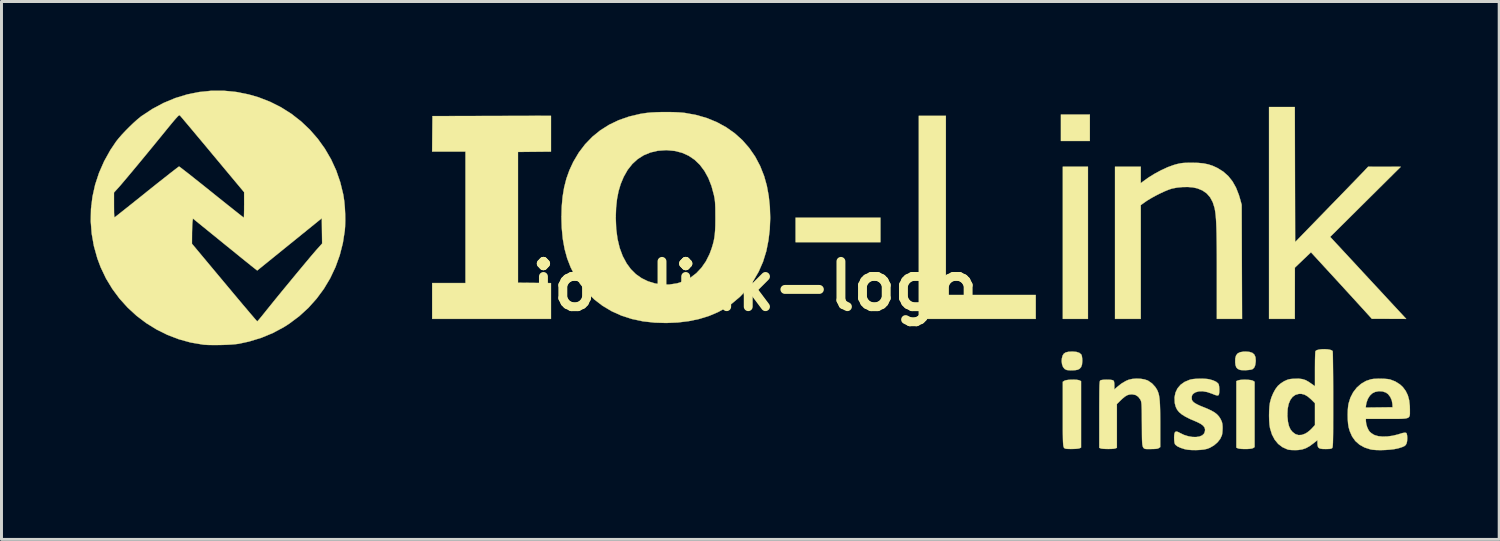
<source format=kicad_pcb>
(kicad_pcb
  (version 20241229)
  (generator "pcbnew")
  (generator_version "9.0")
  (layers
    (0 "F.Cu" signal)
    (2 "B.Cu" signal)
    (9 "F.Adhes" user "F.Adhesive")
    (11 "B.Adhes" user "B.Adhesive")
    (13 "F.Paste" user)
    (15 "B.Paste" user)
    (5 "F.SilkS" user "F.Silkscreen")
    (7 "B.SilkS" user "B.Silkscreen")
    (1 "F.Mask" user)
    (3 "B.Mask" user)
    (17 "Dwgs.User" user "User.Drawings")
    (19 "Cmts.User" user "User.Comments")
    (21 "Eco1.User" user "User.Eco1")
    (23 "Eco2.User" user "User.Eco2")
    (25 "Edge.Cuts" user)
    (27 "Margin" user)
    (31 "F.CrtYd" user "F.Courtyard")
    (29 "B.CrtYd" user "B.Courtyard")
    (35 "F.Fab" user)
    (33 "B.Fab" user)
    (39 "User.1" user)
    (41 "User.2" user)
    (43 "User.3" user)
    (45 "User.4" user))
  (footprint "io-link-logo"
    (layer "F.Cu")
    (at 22.356 6.584)
    (property "Reference" "io-link-logo" (at 0 0 0) (layer "F.SilkS") (effects (font (size 1.524 1.524) (thickness 0.3))))
    (attr through_hole)
    (fp_poly (pts (xy 4.233 -1.482) (xy 1.376 -1.482) (xy 1.376 -2.307) (xy 4.233 -2.307) (xy 4.233 -1.482)) (stroke (width 0.01) (type solid)) (fill yes) (layer "F.SilkS"))
    (fp_poly (pts (xy 11.218 1.101) (xy 10.372 1.101) (xy 10.372 -4.022) (xy 11.218 -4.022) (xy 11.218 1.101)) (stroke (width 0.01) (type solid)) (fill yes) (layer "F.SilkS"))
    (fp_poly (pts (xy 11.282 -4.889) (xy 10.308 -4.889) (xy 10.308 -5.779) (xy 11.282 -5.779) (xy 11.282 -4.889)) (stroke (width 0.01) (type solid)) (fill yes) (layer "F.SilkS"))
    (fp_poly (pts (xy 6.435 0.296) (xy 9.461 0.296) (xy 9.461 1.101) (xy 5.524 1.101) (xy 5.524 -5.736) (xy 6.435 -5.736) (xy 6.435 0.296)) (stroke (width 0.01) (type solid)) (fill yes) (layer "F.SilkS"))
    (fp_poly (pts (xy -6.858 -4.53) (xy -7.969 -4.519) (xy -7.969 -0.116) (xy -6.858 -0.105) (xy -6.858 1.101) (xy -10.858 1.101) (xy -10.858 -0.106) (xy -9.737 -0.106) (xy -9.737 -4.53) (xy -10.859 -4.53) (xy -10.854 -5.128) (xy -10.848 -5.726) (xy -8.853 -5.731) (xy -6.858 -5.736) (xy -6.858 -4.53)) (stroke (width 0.01) (type solid)) (fill yes) (layer "F.SilkS"))
    (fp_poly (pts (xy 16.617 3.152) (xy 16.702 3.162) (xy 16.762 3.177) (xy 16.774 3.183) (xy 16.828 3.218) (xy 16.828 5.416) (xy 16.78 5.449) (xy 16.737 5.464) (xy 16.663 5.475) (xy 16.571 5.481) (xy 16.472 5.481) (xy 16.379 5.477) (xy 16.303 5.468) (xy 16.261 5.456) (xy 16.214 5.433) (xy 16.214 3.195) (xy 16.272 3.172) (xy 16.333 3.157) (xy 16.42 3.149) (xy 16.518 3.147) (xy 16.617 3.152)) (stroke (width 0.01) (type solid)) (fill yes) (layer "F.SilkS"))
    (fp_poly (pts (xy 10.829 2.212) (xy 10.928 2.244) (xy 10.991 2.297) (xy 11.004 2.32) (xy 11.016 2.368) (xy 11.025 2.442) (xy 11.028 2.515) (xy 11.018 2.637) (xy 10.986 2.725) (xy 10.932 2.784) (xy 10.865 2.814) (xy 10.788 2.827) (xy 10.689 2.833) (xy 10.588 2.831) (xy 10.506 2.822) (xy 10.435 2.788) (xy 10.38 2.721) (xy 10.346 2.629) (xy 10.333 2.519) (xy 10.341 2.428) (xy 10.365 2.336) (xy 10.406 2.272) (xy 10.47 2.23) (xy 10.562 2.208) (xy 10.688 2.201) (xy 10.694 2.201) (xy 10.829 2.212)) (stroke (width 0.01) (type solid)) (fill yes) (layer "F.SilkS"))
    (fp_poly (pts (xy 16.654 2.212) (xy 16.754 2.245) (xy 16.82 2.303) (xy 16.857 2.388) (xy 16.867 2.504) (xy 16.864 2.552) (xy 16.849 2.657) (xy 16.821 2.731) (xy 16.775 2.781) (xy 16.758 2.793) (xy 16.711 2.809) (xy 16.635 2.82) (xy 16.545 2.827) (xy 16.453 2.828) (xy 16.373 2.824) (xy 16.328 2.815) (xy 16.258 2.782) (xy 16.212 2.732) (xy 16.185 2.655) (xy 16.175 2.564) (xy 16.177 2.432) (xy 16.204 2.333) (xy 16.257 2.264) (xy 16.341 2.222) (xy 16.458 2.203) (xy 16.521 2.201) (xy 16.654 2.212)) (stroke (width 0.01) (type solid)) (fill yes) (layer "F.SilkS"))
    (fp_poly (pts (xy 10.84 3.151) (xy 10.911 3.163) (xy 10.939 3.173) (xy 10.986 3.198) (xy 10.986 5.433) (xy 10.932 5.458) (xy 10.888 5.467) (xy 10.815 5.475) (xy 10.726 5.479) (xy 10.631 5.48) (xy 10.545 5.478) (xy 10.48 5.473) (xy 10.456 5.467) (xy 10.438 5.46) (xy 10.422 5.45) (xy 10.409 5.434) (xy 10.399 5.408) (xy 10.39 5.369) (xy 10.384 5.314) (xy 10.379 5.239) (xy 10.376 5.141) (xy 10.374 5.016) (xy 10.372 4.861) (xy 10.372 4.672) (xy 10.372 4.446) (xy 10.372 4.304) (xy 10.372 3.218) (xy 10.426 3.183) (xy 10.475 3.166) (xy 10.553 3.154) (xy 10.648 3.147) (xy 10.748 3.146) (xy 10.84 3.151)) (stroke (width 0.01) (type solid)) (fill yes) (layer "F.SilkS"))
    (fp_poly (pts (xy 18.187 -3.759) (xy 18.193 -1.485) (xy 19.241 -2.563) (xy 19.419 -2.747) (xy 19.594 -2.926) (xy 19.761 -3.099) (xy 19.918 -3.26) (xy 20.061 -3.408) (xy 20.189 -3.54) (xy 20.297 -3.652) (xy 20.384 -3.742) (xy 20.446 -3.806) (xy 20.47 -3.831) (xy 20.651 -4.022) (xy 21.2 -4.021) (xy 21.749 -4.02) (xy 20.56 -2.84) (xy 19.372 -1.66) (xy 20.304 -0.656) (xy 20.477 -0.468) (xy 20.652 -0.28) (xy 20.823 -0.095) (xy 20.989 0.083) (xy 21.144 0.25) (xy 21.285 0.403) (xy 21.408 0.536) (xy 21.51 0.646) (xy 21.584 0.725) (xy 21.932 1.101) (xy 21.354 1.099) (xy 20.775 1.097) (xy 20.415 0.701) (xy 20.322 0.599) (xy 20.205 0.471) (xy 20.07 0.323) (xy 19.922 0.162) (xy 19.767 -0.008) (xy 19.609 -0.18) (xy 19.454 -0.349) (xy 19.391 -0.417) (xy 18.726 -1.141) (xy 18.455 -0.883) (xy 18.184 -0.624) (xy 18.183 0.238) (xy 18.182 1.101) (xy 17.314 1.101) (xy 17.314 -6.032) (xy 18.182 -6.032) (xy 18.187 -3.759)) (stroke (width 0.01) (type solid)) (fill yes) (layer "F.SilkS"))
    (fp_poly (pts (xy 14.924 -4.151) (xy 15.106 -4.134) (xy 15.268 -4.101) (xy 15.418 -4.052) (xy 15.568 -3.983) (xy 15.577 -3.979) (xy 15.773 -3.857) (xy 15.942 -3.707) (xy 16.084 -3.528) (xy 16.203 -3.317) (xy 16.299 -3.072) (xy 16.335 -2.951) (xy 16.393 -2.741) (xy 16.399 -0.82) (xy 16.406 1.101) (xy 15.557 1.101) (xy 15.557 -0.397) (xy 15.557 -0.745) (xy 15.556 -1.054) (xy 15.554 -1.326) (xy 15.551 -1.564) (xy 15.548 -1.772) (xy 15.543 -1.952) (xy 15.537 -2.107) (xy 15.53 -2.239) (xy 15.521 -2.353) (xy 15.511 -2.45) (xy 15.499 -2.533) (xy 15.486 -2.606) (xy 15.481 -2.632) (xy 15.419 -2.828) (xy 15.331 -2.991) (xy 15.216 -3.123) (xy 15.072 -3.223) (xy 14.9 -3.293) (xy 14.753 -3.325) (xy 14.588 -3.339) (xy 14.403 -3.337) (xy 14.217 -3.319) (xy 14.049 -3.286) (xy 14.034 -3.282) (xy 13.925 -3.245) (xy 13.792 -3.19) (xy 13.644 -3.121) (xy 13.494 -3.045) (xy 13.35 -2.965) (xy 13.223 -2.889) (xy 13.16 -2.846) (xy 12.996 -2.729) (xy 12.996 1.101) (xy 12.129 1.101) (xy 12.129 -4.022) (xy 12.996 -4.022) (xy 12.996 -3.468) (xy 13.055 -3.513) (xy 13.25 -3.654) (xy 13.463 -3.786) (xy 13.682 -3.904) (xy 13.898 -4.004) (xy 14.101 -4.078) (xy 14.175 -4.1) (xy 14.264 -4.122) (xy 14.344 -4.138) (xy 14.425 -4.148) (xy 14.52 -4.153) (xy 14.64 -4.156) (xy 14.711 -4.156) (xy 14.924 -4.151)) (stroke (width 0.01) (type solid)) (fill yes) (layer "F.SilkS"))
    (fp_poly (pts (xy 12.988 3.116) (xy 13.12 3.138) (xy 13.229 3.174) (xy 13.24 3.18) (xy 13.373 3.271) (xy 13.484 3.391) (xy 13.547 3.491) (xy 13.572 3.548) (xy 13.594 3.61) (xy 13.611 3.681) (xy 13.624 3.767) (xy 13.635 3.871) (xy 13.642 3.997) (xy 13.647 4.151) (xy 13.65 4.337) (xy 13.652 4.558) (xy 13.652 4.661) (xy 13.652 5.416) (xy 13.605 5.449) (xy 13.568 5.466) (xy 13.509 5.476) (xy 13.421 5.481) (xy 13.343 5.482) (xy 13.266 5.483) (xy 13.204 5.483) (xy 13.154 5.479) (xy 13.115 5.467) (xy 13.086 5.442) (xy 13.065 5.401) (xy 13.051 5.34) (xy 13.043 5.255) (xy 13.038 5.142) (xy 13.036 4.998) (xy 13.035 4.818) (xy 13.034 4.657) (xy 13.032 4.458) (xy 13.031 4.298) (xy 13.029 4.17) (xy 13.026 4.071) (xy 13.023 3.996) (xy 13.018 3.94) (xy 13.012 3.899) (xy 13.004 3.868) (xy 12.994 3.842) (xy 12.981 3.817) (xy 12.98 3.814) (xy 12.909 3.72) (xy 12.819 3.662) (xy 12.707 3.641) (xy 12.694 3.641) (xy 12.612 3.648) (xy 12.538 3.671) (xy 12.462 3.717) (xy 12.376 3.789) (xy 12.324 3.838) (xy 12.192 3.968) (xy 12.192 5.441) (xy 12.138 5.462) (xy 12.088 5.472) (xy 12.009 5.478) (xy 11.914 5.48) (xy 11.817 5.479) (xy 11.73 5.474) (xy 11.665 5.466) (xy 11.647 5.46) (xy 11.599 5.441) (xy 11.599 4.321) (xy 11.599 4.072) (xy 11.6 3.862) (xy 11.601 3.688) (xy 11.602 3.546) (xy 11.604 3.432) (xy 11.606 3.345) (xy 11.61 3.28) (xy 11.614 3.233) (xy 11.619 3.202) (xy 11.625 3.184) (xy 11.632 3.174) (xy 11.671 3.16) (xy 11.74 3.15) (xy 11.825 3.146) (xy 11.914 3.147) (xy 11.995 3.153) (xy 12.054 3.165) (xy 12.074 3.174) (xy 12.095 3.208) (xy 12.105 3.271) (xy 12.107 3.339) (xy 12.107 3.476) (xy 12.188 3.404) (xy 12.34 3.282) (xy 12.495 3.19) (xy 12.591 3.149) (xy 12.709 3.122) (xy 12.846 3.111) (xy 12.988 3.116)) (stroke (width 0.01) (type solid)) (fill yes) (layer "F.SilkS"))
    (fp_poly (pts (xy 21.193 3.117) (xy 21.304 3.126) (xy 21.388 3.14) (xy 21.392 3.141) (xy 21.564 3.207) (xy 21.719 3.305) (xy 21.818 3.396) (xy 21.915 3.526) (xy 21.986 3.672) (xy 22.031 3.839) (xy 22.053 4.035) (xy 22.056 4.149) (xy 22.056 4.231) (xy 22.056 4.298) (xy 22.05 4.35) (xy 22.035 4.391) (xy 22.008 4.421) (xy 21.963 4.441) (xy 21.897 4.455) (xy 21.805 4.462) (xy 21.685 4.466) (xy 21.532 4.467) (xy 21.342 4.466) (xy 21.266 4.466) (xy 20.574 4.466) (xy 20.574 4.536) (xy 20.586 4.639) (xy 20.619 4.749) (xy 20.666 4.847) (xy 20.702 4.898) (xy 20.759 4.948) (xy 20.834 4.996) (xy 20.873 5.015) (xy 20.992 5.049) (xy 21.138 5.063) (xy 21.304 5.058) (xy 21.479 5.034) (xy 21.655 4.991) (xy 21.736 4.965) (xy 21.806 4.944) (xy 21.871 4.933) (xy 21.888 4.932) (xy 21.925 4.936) (xy 21.945 4.955) (xy 21.957 5.001) (xy 21.962 5.029) (xy 21.967 5.111) (xy 21.962 5.203) (xy 21.958 5.234) (xy 21.942 5.297) (xy 21.915 5.345) (xy 21.87 5.383) (xy 21.799 5.415) (xy 21.697 5.448) (xy 21.641 5.463) (xy 21.526 5.486) (xy 21.385 5.503) (xy 21.23 5.514) (xy 21.073 5.519) (xy 20.925 5.516) (xy 20.798 5.506) (xy 20.73 5.494) (xy 20.53 5.43) (xy 20.361 5.336) (xy 20.22 5.212) (xy 20.11 5.058) (xy 20.029 4.873) (xy 19.994 4.748) (xy 19.975 4.627) (xy 19.964 4.48) (xy 19.961 4.32) (xy 19.966 4.163) (xy 19.973 4.086) (xy 20.568 4.086) (xy 21.474 4.075) (xy 21.468 3.969) (xy 21.446 3.843) (xy 21.395 3.729) (xy 21.323 3.635) (xy 21.251 3.582) (xy 21.137 3.543) (xy 21.011 3.535) (xy 20.887 3.559) (xy 20.789 3.607) (xy 20.707 3.686) (xy 20.64 3.794) (xy 20.595 3.919) (xy 20.582 3.985) (xy 20.568 4.086) (xy 19.973 4.086) (xy 19.979 4.024) (xy 19.991 3.953) (xy 20.053 3.753) (xy 20.146 3.572) (xy 20.267 3.415) (xy 20.413 3.287) (xy 20.578 3.19) (xy 20.746 3.134) (xy 20.83 3.121) (xy 20.942 3.115) (xy 21.068 3.113) (xy 21.193 3.117)) (stroke (width 0.01) (type solid)) (fill yes) (layer "F.SilkS"))
    (fp_poly (pts (xy 15.12 3.115) (xy 15.23 3.123) (xy 15.302 3.134) (xy 15.437 3.173) (xy 15.538 3.221) (xy 15.601 3.275) (xy 15.62 3.307) (xy 15.634 3.377) (xy 15.641 3.469) (xy 15.639 3.562) (xy 15.629 3.635) (xy 15.629 3.635) (xy 15.615 3.666) (xy 15.59 3.679) (xy 15.546 3.675) (xy 15.477 3.653) (xy 15.389 3.617) (xy 15.229 3.563) (xy 15.08 3.537) (xy 14.947 3.541) (xy 14.836 3.573) (xy 14.775 3.612) (xy 14.732 3.657) (xy 14.714 3.707) (xy 14.711 3.757) (xy 14.716 3.821) (xy 14.74 3.868) (xy 14.783 3.911) (xy 14.834 3.946) (xy 14.912 3.988) (xy 15.005 4.031) (xy 15.063 4.054) (xy 15.236 4.124) (xy 15.373 4.188) (xy 15.48 4.25) (xy 15.563 4.315) (xy 15.628 4.386) (xy 15.68 4.467) (xy 15.696 4.498) (xy 15.727 4.569) (xy 15.743 4.637) (xy 15.75 4.72) (xy 15.751 4.777) (xy 15.747 4.868) (xy 15.74 4.952) (xy 15.729 5.012) (xy 15.728 5.016) (xy 15.671 5.14) (xy 15.579 5.257) (xy 15.46 5.359) (xy 15.323 5.439) (xy 15.232 5.474) (xy 15.13 5.497) (xy 15 5.511) (xy 14.856 5.518) (xy 14.712 5.516) (xy 14.581 5.506) (xy 14.478 5.487) (xy 14.333 5.44) (xy 14.227 5.39) (xy 14.161 5.336) (xy 14.145 5.313) (xy 14.13 5.26) (xy 14.122 5.181) (xy 14.119 5.093) (xy 14.123 5.01) (xy 14.134 4.947) (xy 14.14 4.93) (xy 14.168 4.898) (xy 14.209 4.893) (xy 14.269 4.916) (xy 14.315 4.941) (xy 14.45 5.006) (xy 14.59 5.05) (xy 14.728 5.075) (xy 14.858 5.078) (xy 14.972 5.061) (xy 15.064 5.022) (xy 15.125 4.964) (xy 15.15 4.906) (xy 15.162 4.838) (xy 15.162 4.835) (xy 15.146 4.762) (xy 15.095 4.694) (xy 15.005 4.629) (xy 14.876 4.565) (xy 14.848 4.553) (xy 14.655 4.471) (xy 14.5 4.393) (xy 14.378 4.317) (xy 14.286 4.239) (xy 14.219 4.155) (xy 14.174 4.063) (xy 14.146 3.957) (xy 14.14 3.922) (xy 14.133 3.743) (xy 14.165 3.582) (xy 14.233 3.44) (xy 14.336 3.319) (xy 14.472 3.222) (xy 14.64 3.152) (xy 14.679 3.14) (xy 14.762 3.126) (xy 14.872 3.117) (xy 14.996 3.113) (xy 15.12 3.115)) (stroke (width 0.01) (type solid)) (fill yes) (layer "F.SilkS"))
    (fp_poly (pts (xy 19.278 2.125) (xy 19.365 2.139) (xy 19.429 2.162) (xy 19.455 2.184) (xy 19.458 2.209) (xy 19.461 2.273) (xy 19.463 2.373) (xy 19.465 2.505) (xy 19.467 2.667) (xy 19.469 2.853) (xy 19.471 3.063) (xy 19.472 3.291) (xy 19.473 3.535) (xy 19.473 3.791) (xy 19.473 3.814) (xy 19.473 4.115) (xy 19.473 4.376) (xy 19.472 4.601) (xy 19.472 4.792) (xy 19.471 4.952) (xy 19.469 5.083) (xy 19.467 5.189) (xy 19.465 5.273) (xy 19.461 5.336) (xy 19.458 5.382) (xy 19.453 5.414) (xy 19.448 5.435) (xy 19.442 5.447) (xy 19.44 5.449) (xy 19.411 5.466) (xy 19.361 5.477) (xy 19.281 5.481) (xy 19.218 5.482) (xy 19.105 5.479) (xy 19.027 5.465) (xy 18.979 5.436) (xy 18.954 5.388) (xy 18.945 5.317) (xy 18.944 5.29) (xy 18.944 5.182) (xy 18.809 5.29) (xy 18.677 5.386) (xy 18.557 5.452) (xy 18.437 5.493) (xy 18.304 5.514) (xy 18.224 5.518) (xy 18.09 5.517) (xy 17.983 5.507) (xy 17.934 5.495) (xy 17.766 5.419) (xy 17.622 5.309) (xy 17.505 5.167) (xy 17.413 4.993) (xy 17.35 4.789) (xy 17.346 4.771) (xy 17.329 4.658) (xy 17.319 4.516) (xy 17.315 4.359) (xy 17.316 4.32) (xy 17.932 4.32) (xy 17.933 4.381) (xy 17.951 4.563) (xy 17.985 4.71) (xy 18.038 4.825) (xy 18.103 4.905) (xy 18.202 4.98) (xy 18.307 5.013) (xy 18.42 5.006) (xy 18.537 4.962) (xy 18.609 4.917) (xy 18.689 4.853) (xy 18.753 4.791) (xy 18.86 4.674) (xy 18.86 3.94) (xy 18.733 3.813) (xy 18.618 3.714) (xy 18.51 3.651) (xy 18.403 3.624) (xy 18.318 3.625) (xy 18.202 3.658) (xy 18.106 3.727) (xy 18.03 3.83) (xy 17.974 3.965) (xy 17.941 4.129) (xy 17.932 4.32) (xy 17.316 4.32) (xy 17.318 4.201) (xy 17.327 4.054) (xy 17.343 3.932) (xy 17.347 3.912) (xy 17.39 3.756) (xy 17.454 3.603) (xy 17.53 3.464) (xy 17.612 3.356) (xy 17.688 3.288) (xy 17.783 3.223) (xy 17.839 3.191) (xy 17.912 3.158) (xy 17.976 3.137) (xy 18.046 3.124) (xy 18.138 3.117) (xy 18.185 3.115) (xy 18.324 3.114) (xy 18.437 3.128) (xy 18.536 3.159) (xy 18.637 3.213) (xy 18.723 3.271) (xy 18.86 3.368) (xy 18.86 2.79) (xy 18.861 2.637) (xy 18.862 2.497) (xy 18.865 2.376) (xy 18.869 2.279) (xy 18.873 2.214) (xy 18.878 2.184) (xy 18.878 2.184) (xy 18.918 2.155) (xy 18.989 2.135) (xy 19.08 2.123) (xy 19.18 2.12) (xy 19.278 2.125)) (stroke (width 0.01) (type solid)) (fill yes) (layer "F.SilkS"))
    (fp_poly (pts (xy -2.742 -5.859) (xy -2.56 -5.851) (xy -2.405 -5.839) (xy -2.347 -5.832) (xy -1.965 -5.762) (xy -1.605 -5.658) (xy -1.269 -5.519) (xy -0.957 -5.348) (xy -0.671 -5.146) (xy -0.412 -4.913) (xy -0.183 -4.65) (xy 0.017 -4.36) (xy 0.185 -4.042) (xy 0.318 -3.705) (xy 0.408 -3.383) (xy 0.472 -3.034) (xy 0.51 -2.669) (xy 0.522 -2.295) (xy 0.507 -1.92) (xy 0.464 -1.552) (xy 0.395 -1.201) (xy 0.389 -1.175) (xy 0.28 -0.823) (xy 0.135 -0.492) (xy -0.043 -0.184) (xy -0.254 0.099) (xy -0.496 0.356) (xy -0.767 0.584) (xy -1.065 0.781) (xy -1.238 0.874) (xy -1.537 1.001) (xy -1.864 1.102) (xy -2.217 1.176) (xy -2.591 1.222) (xy -2.981 1.238) (xy -3.365 1.227) (xy -3.76 1.183) (xy -4.134 1.104) (xy -4.485 0.991) (xy -4.814 0.843) (xy -5.118 0.663) (xy -5.396 0.45) (xy -5.648 0.205) (xy -5.872 -0.071) (xy -6.052 -0.35) (xy -6.196 -0.635) (xy -6.312 -0.934) (xy -6.4 -1.254) (xy -6.461 -1.596) (xy -6.496 -1.966) (xy -6.506 -2.297) (xy -4.677 -2.297) (xy -4.663 -1.93) (xy -4.619 -1.595) (xy -4.546 -1.289) (xy -4.444 -1.014) (xy -4.312 -0.768) (xy -4.169 -0.573) (xy -4.002 -0.407) (xy -3.808 -0.27) (xy -3.593 -0.165) (xy -3.362 -0.094) (xy -3.12 -0.056) (xy -2.873 -0.056) (xy -2.624 -0.093) (xy -2.603 -0.098) (xy -2.372 -0.175) (xy -2.158 -0.29) (xy -1.964 -0.439) (xy -1.792 -0.622) (xy -1.643 -0.836) (xy -1.521 -1.079) (xy -1.454 -1.259) (xy -1.414 -1.388) (xy -1.383 -1.505) (xy -1.36 -1.621) (xy -1.344 -1.742) (xy -1.333 -1.877) (xy -1.326 -2.034) (xy -1.324 -2.222) (xy -1.324 -2.328) (xy -1.325 -2.498) (xy -1.326 -2.633) (xy -1.33 -2.741) (xy -1.335 -2.828) (xy -1.343 -2.904) (xy -1.354 -2.975) (xy -1.369 -3.048) (xy -1.372 -3.065) (xy -1.454 -3.37) (xy -1.561 -3.642) (xy -1.692 -3.88) (xy -1.846 -4.085) (xy -2.022 -4.255) (xy -2.221 -4.39) (xy -2.441 -4.489) (xy -2.682 -4.552) (xy -2.943 -4.577) (xy -2.995 -4.578) (xy -3.261 -4.559) (xy -3.507 -4.502) (xy -3.733 -4.409) (xy -3.938 -4.28) (xy -4.119 -4.115) (xy -4.277 -3.916) (xy -4.409 -3.683) (xy -4.414 -3.672) (xy -4.511 -3.439) (xy -4.584 -3.196) (xy -4.635 -2.934) (xy -4.666 -2.649) (xy -4.677 -2.333) (xy -4.677 -2.297) (xy -6.506 -2.297) (xy -6.497 -2.669) (xy -6.467 -3.01) (xy -6.415 -3.325) (xy -6.339 -3.621) (xy -6.238 -3.903) (xy -6.111 -4.177) (xy -6.106 -4.187) (xy -5.922 -4.498) (xy -5.708 -4.779) (xy -5.465 -5.03) (xy -5.195 -5.249) (xy -4.898 -5.436) (xy -4.576 -5.59) (xy -4.228 -5.711) (xy -3.857 -5.799) (xy -3.648 -5.831) (xy -3.504 -5.846) (xy -3.331 -5.855) (xy -3.139 -5.861) (xy -2.939 -5.862) (xy -2.742 -5.859)) (stroke (width 0.01) (type solid)) (fill yes) (layer "F.SilkS"))
    (fp_poly (pts (xy -17.453 -6.538) (xy -17.036 -6.455) (xy -16.705 -6.36) (xy -16.314 -6.208) (xy -15.943 -6.021) (xy -15.595 -5.801) (xy -15.272 -5.549) (xy -14.975 -5.268) (xy -14.706 -4.959) (xy -14.468 -4.627) (xy -14.261 -4.271) (xy -14.088 -3.895) (xy -13.952 -3.501) (xy -13.852 -3.091) (xy -13.841 -3.027) (xy -13.815 -2.847) (xy -13.797 -2.642) (xy -13.786 -2.424) (xy -13.783 -2.209) (xy -13.789 -2.009) (xy -13.799 -1.873) (xy -13.865 -1.449) (xy -13.97 -1.039) (xy -14.112 -0.645) (xy -14.29 -0.268) (xy -14.503 0.088) (xy -14.749 0.421) (xy -15.026 0.73) (xy -15.334 1.011) (xy -15.671 1.263) (xy -15.854 1.38) (xy -16.22 1.576) (xy -16.609 1.737) (xy -17.022 1.863) (xy -17.367 1.938) (xy -17.468 1.951) (xy -17.602 1.963) (xy -17.758 1.972) (xy -17.927 1.978) (xy -18.098 1.981) (xy -18.263 1.981) (xy -18.411 1.978) (xy -18.532 1.971) (xy -18.574 1.966) (xy -18.986 1.896) (xy -19.386 1.786) (xy -19.77 1.639) (xy -20.137 1.457) (xy -20.484 1.242) (xy -20.809 0.996) (xy -21.109 0.72) (xy -21.383 0.417) (xy -21.626 0.089) (xy -21.839 -0.263) (xy -22.017 -0.637) (xy -22.129 -0.936) (xy -22.245 -1.351) (xy -22.259 -1.429) (xy -18.944 -1.429) (xy -17.853 -0.122) (xy -17.683 0.081) (xy -17.521 0.275) (xy -17.369 0.456) (xy -17.229 0.623) (xy -17.102 0.772) (xy -16.992 0.903) (xy -16.899 1.011) (xy -16.827 1.095) (xy -16.776 1.153) (xy -16.75 1.181) (xy -16.747 1.184) (xy -16.729 1.168) (xy -16.69 1.125) (xy -16.636 1.06) (xy -16.571 0.981) (xy -16.552 0.957) (xy -16.431 0.806) (xy -16.296 0.639) (xy -16.15 0.458) (xy -15.995 0.268) (xy -15.836 0.074) (xy -15.674 -0.122) (xy -15.515 -0.315) (xy -15.36 -0.502) (xy -15.213 -0.679) (xy -15.077 -0.841) (xy -14.956 -0.986) (xy -14.852 -1.108) (xy -14.769 -1.205) (xy -14.717 -1.263) (xy -14.562 -1.436) (xy -14.568 -1.862) (xy -14.573 -2.288) (xy -15.66 -1.408) (xy -16.747 -0.528) (xy -16.856 -0.613) (xy -16.892 -0.642) (xy -16.958 -0.694) (xy -17.05 -0.769) (xy -17.165 -0.861) (xy -17.3 -0.97) (xy -17.451 -1.093) (xy -17.615 -1.226) (xy -17.789 -1.366) (xy -17.939 -1.488) (xy -18.912 -2.278) (xy -18.926 -2.171) (xy -18.931 -2.111) (xy -18.936 -2.019) (xy -18.939 -1.907) (xy -18.942 -1.786) (xy -18.942 -1.746) (xy -18.944 -1.429) (xy -22.259 -1.429) (xy -22.319 -1.768) (xy -22.351 -2.186) (xy -22.343 -2.601) (xy -22.293 -3.012) (xy -22.262 -3.153) (xy -21.569 -3.153) (xy -21.569 -2.729) (xy -21.568 -2.58) (xy -21.567 -2.469) (xy -21.563 -2.392) (xy -21.558 -2.345) (xy -21.551 -2.322) (xy -21.542 -2.321) (xy -21.522 -2.336) (xy -21.471 -2.376) (xy -21.392 -2.438) (xy -21.29 -2.519) (xy -21.165 -2.618) (xy -21.022 -2.732) (xy -20.863 -2.859) (xy -20.691 -2.996) (xy -20.509 -3.142) (xy -20.459 -3.183) (xy -20.274 -3.33) (xy -20.1 -3.469) (xy -19.937 -3.597) (xy -19.79 -3.713) (xy -19.661 -3.815) (xy -19.552 -3.899) (xy -19.468 -3.964) (xy -19.409 -4.008) (xy -19.381 -4.028) (xy -19.378 -4.029) (xy -19.358 -4.016) (xy -19.308 -3.979) (xy -19.23 -3.919) (xy -19.128 -3.84) (xy -19.004 -3.743) (xy -18.862 -3.63) (xy -18.703 -3.504) (xy -18.531 -3.367) (xy -18.349 -3.221) (xy -18.283 -3.168) (xy -18.098 -3.019) (xy -17.922 -2.879) (xy -17.76 -2.749) (xy -17.612 -2.632) (xy -17.483 -2.529) (xy -17.374 -2.443) (xy -17.289 -2.376) (xy -17.231 -2.331) (xy -17.202 -2.309) (xy -17.199 -2.307) (xy -17.195 -2.327) (xy -17.192 -2.383) (xy -17.19 -2.469) (xy -17.188 -2.579) (xy -17.188 -2.705) (xy -17.187 -2.736) (xy -17.188 -3.164) (xy -18.248 -4.434) (xy -18.416 -4.636) (xy -18.576 -4.828) (xy -18.728 -5.009) (xy -18.867 -5.176) (xy -18.993 -5.326) (xy -19.104 -5.458) (xy -19.196 -5.567) (xy -19.268 -5.653) (xy -19.318 -5.711) (xy -19.343 -5.741) (xy -19.345 -5.743) (xy -19.355 -5.751) (xy -19.367 -5.754) (xy -19.383 -5.747) (xy -19.407 -5.73) (xy -19.439 -5.697) (xy -19.484 -5.648) (xy -19.543 -5.58) (xy -19.62 -5.488) (xy -19.716 -5.372) (xy -19.834 -5.227) (xy -19.94 -5.097) (xy -20.135 -4.858) (xy -20.326 -4.625) (xy -20.511 -4.4) (xy -20.687 -4.187) (xy -20.852 -3.988) (xy -21.003 -3.807) (xy -21.138 -3.646) (xy -21.254 -3.509) (xy -21.349 -3.397) (xy -21.421 -3.315) (xy -21.439 -3.296) (xy -21.569 -3.153) (xy -22.262 -3.153) (xy -22.203 -3.418) (xy -22.072 -3.816) (xy -21.901 -4.205) (xy -21.691 -4.582) (xy -21.495 -4.873) (xy -21.413 -4.976) (xy -21.307 -5.098) (xy -21.183 -5.23) (xy -21.05 -5.364) (xy -20.917 -5.492) (xy -20.79 -5.606) (xy -20.679 -5.698) (xy -20.642 -5.726) (xy -20.275 -5.968) (xy -19.896 -6.17) (xy -19.505 -6.333) (xy -19.105 -6.455) (xy -18.698 -6.537) (xy -18.286 -6.579) (xy -17.87 -6.579) (xy -17.453 -6.538)) (stroke (width 0.01) (type solid)) (fill yes) (layer "F.SilkS")))
  (gr_rect
    (start -3 -3)
    (end 47.418 15.108)
    (stroke (width 0.1) (type default))
    (fill no)
    (layer "Edge.Cuts")))
</source>
